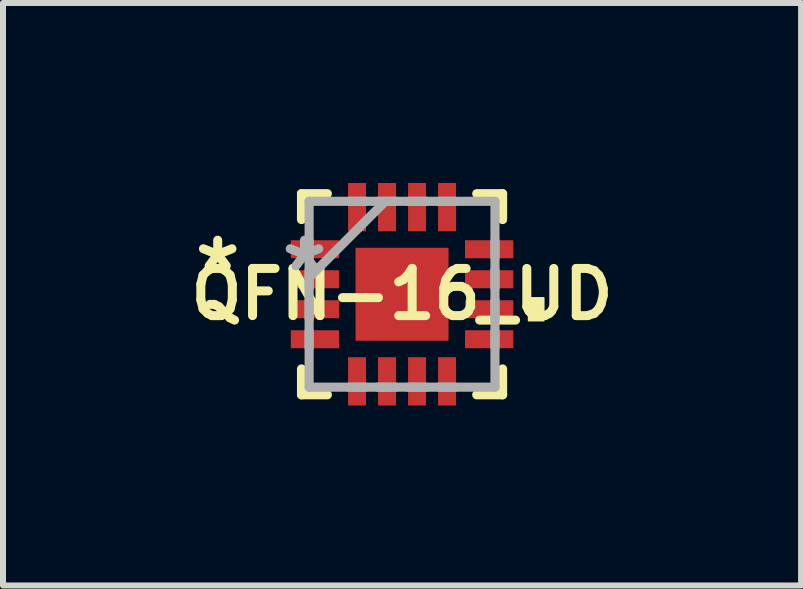
<source format=kicad_pcb>
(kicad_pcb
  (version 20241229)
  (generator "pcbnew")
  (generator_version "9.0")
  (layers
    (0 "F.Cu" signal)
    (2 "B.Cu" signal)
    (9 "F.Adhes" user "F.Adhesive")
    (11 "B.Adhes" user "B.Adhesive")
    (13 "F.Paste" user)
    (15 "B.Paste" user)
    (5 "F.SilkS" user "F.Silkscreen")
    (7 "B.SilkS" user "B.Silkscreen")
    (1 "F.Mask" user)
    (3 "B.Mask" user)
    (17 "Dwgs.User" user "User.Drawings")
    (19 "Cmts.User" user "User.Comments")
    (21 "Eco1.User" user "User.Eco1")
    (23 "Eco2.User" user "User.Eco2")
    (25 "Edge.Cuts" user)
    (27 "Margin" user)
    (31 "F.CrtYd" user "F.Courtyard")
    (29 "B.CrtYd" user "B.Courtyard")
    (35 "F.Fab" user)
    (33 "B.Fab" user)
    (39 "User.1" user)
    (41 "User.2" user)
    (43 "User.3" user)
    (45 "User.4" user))
  (footprint "QFN-16_UD"
    (layer "F.Cu")
    (at 3.652 1.855)
    (property "Reference" "QFN-16_UD" (at 0 0 0) (layer "F.SilkS") (effects (font (size 0.787 0.787) (thickness 0.15))))
    (attr smd)
    (fp_line (start -1.676 -1.676) (end -1.676 -1.245) (stroke (width 0.152) (type solid)) (layer "F.SilkS"))
    (fp_line (start -1.676 1.245) (end -1.676 1.676) (stroke (width 0.152) (type solid)) (layer "F.SilkS"))
    (fp_line (start -1.676 1.676) (end -1.245 1.676) (stroke (width 0.152) (type solid)) (layer "F.SilkS"))
    (fp_line (start -1.245 -1.676) (end -1.676 -1.676) (stroke (width 0.152) (type solid)) (layer "F.SilkS"))
    (fp_line (start 1.245 1.676) (end 1.676 1.676) (stroke (width 0.152) (type solid)) (layer "F.SilkS"))
    (fp_line (start 1.676 -1.676) (end 1.245 -1.676) (stroke (width 0.152) (type solid)) (layer "F.SilkS"))
    (fp_line (start 1.676 -1.245) (end 1.676 -1.676) (stroke (width 0.152) (type solid)) (layer "F.SilkS"))
    (fp_line (start 1.676 1.676) (end 1.676 1.245) (stroke (width 0.152) (type solid)) (layer "F.SilkS"))
    (fp_poly (pts (xy 2.363 0.059) (xy 2.363 0.441) (xy 2.109 0.441) (xy 2.109 0.059)) (stroke (width 0.025) (type solid)) (fill yes) (layer "F.SilkS"))
    (fp_poly (pts (xy -0.775 -0.775) (xy -0.775 0.775) (xy 0.775 0.775) (xy 0.775 -0.775)) (stroke (width 0.025) (type solid)) (fill yes) (layer "F.Paste"))
    (fp_line (start -1.549 -1.549) (end -1.549 1.549) (stroke (width 0.152) (type solid)) (layer "F.Fab"))
    (fp_line (start -1.549 -0.889) (end -1.549 -0.61) (stroke (width 0.152) (type solid)) (layer "F.Fab"))
    (fp_line (start -1.549 -0.406) (end -1.549 -0.102) (stroke (width 0.152) (type solid)) (layer "F.Fab"))
    (fp_line (start -1.549 -0.279) (end -0.279 -1.549) (stroke (width 0.152) (type solid)) (layer "F.Fab"))
    (fp_line (start -1.549 0.102) (end -1.549 0.406) (stroke (width 0.152) (type solid)) (layer "F.Fab"))
    (fp_line (start -1.549 0.61) (end -1.549 0.889) (stroke (width 0.152) (type solid)) (layer "F.Fab"))
    (fp_line (start -1.549 1.549) (end 1.549 1.549) (stroke (width 0.152) (type solid)) (layer "F.Fab"))
    (fp_line (start -0.889 1.549) (end -0.61 1.549) (stroke (width 0.152) (type solid)) (layer "F.Fab"))
    (fp_line (start -0.61 -1.549) (end -0.889 -1.549) (stroke (width 0.152) (type solid)) (layer "F.Fab"))
    (fp_line (start -0.406 1.549) (end -0.102 1.549) (stroke (width 0.152) (type solid)) (layer "F.Fab"))
    (fp_line (start -0.102 -1.549) (end -0.406 -1.549) (stroke (width 0.152) (type solid)) (layer "F.Fab"))
    (fp_line (start 0.102 1.549) (end 0.406 1.549) (stroke (width 0.152) (type solid)) (layer "F.Fab"))
    (fp_line (start 0.406 -1.549) (end 0.102 -1.549) (stroke (width 0.152) (type solid)) (layer "F.Fab"))
    (fp_line (start 0.61 1.549) (end 0.889 1.549) (stroke (width 0.152) (type solid)) (layer "F.Fab"))
    (fp_line (start 0.889 -1.549) (end 0.61 -1.549) (stroke (width 0.152) (type solid)) (layer "F.Fab"))
    (fp_line (start 1.549 -1.549) (end -1.549 -1.549) (stroke (width 0.152) (type solid)) (layer "F.Fab"))
    (fp_line (start 1.549 -0.61) (end 1.549 -0.889) (stroke (width 0.152) (type solid)) (layer "F.Fab"))
    (fp_line (start 1.549 -0.102) (end 1.549 -0.406) (stroke (width 0.152) (type solid)) (layer "F.Fab"))
    (fp_line (start 1.549 0.406) (end 1.549 0.102) (stroke (width 0.152) (type solid)) (layer "F.Fab"))
    (fp_line (start 1.549 0.889) (end 1.549 0.61) (stroke (width 0.152) (type solid)) (layer "F.Fab"))
    (fp_line (start 1.549 1.549) (end 1.549 -1.549) (stroke (width 0.152) (type solid)) (layer "F.Fab"))
    (fp_text user "*" (at -3.073 -0.356 0) (layer "F.SilkS") (effects (font (size 1 1) (thickness 0.15))))
    (fp_text user "*" (at -1.626 -0.356 0) (layer "F.Fab") (effects (font (size 1 1) (thickness 0.15))))
    (pad "1" smd rect (at -1.452 -0.75 270) (size 0.3 0.805) (layers "F.Cu" "F.Mask" "F.Paste"))
    (pad "2" smd rect (at -1.452 -0.25 270) (size 0.3 0.805) (layers "F.Cu" "F.Mask" "F.Paste"))
    (pad "3" smd rect (at -1.452 0.25 270) (size 0.3 0.805) (layers "F.Cu" "F.Mask" "F.Paste"))
    (pad "4" smd rect (at -1.452 0.75 270) (size 0.3 0.805) (layers "F.Cu" "F.Mask" "F.Paste"))
    (pad "5" smd rect (at -0.75 1.452 180) (size 0.3 0.805) (layers "F.Cu" "F.Mask" "F.Paste"))
    (pad "6" smd rect (at -0.25 1.452 180) (size 0.3 0.805) (layers "F.Cu" "F.Mask" "F.Paste"))
    (pad "7" smd rect (at 0.25 1.452 180) (size 0.3 0.805) (layers "F.Cu" "F.Mask" "F.Paste"))
    (pad "8" smd rect (at 0.75 1.452 180) (size 0.3 0.805) (layers "F.Cu" "F.Mask" "F.Paste"))
    (pad "9" smd rect (at 1.452 0.75 270) (size 0.3 0.805) (layers "F.Cu" "F.Mask" "F.Paste"))
    (pad "10" smd rect (at 1.452 0.25 270) (size 0.3 0.805) (layers "F.Cu" "F.Mask" "F.Paste"))
    (pad "11" smd rect (at 1.452 -0.25 270) (size 0.3 0.805) (layers "F.Cu" "F.Mask" "F.Paste"))
    (pad "12" smd rect (at 1.452 -0.75 270) (size 0.3 0.805) (layers "F.Cu" "F.Mask" "F.Paste"))
    (pad "13" smd rect (at 0.75 -1.452 180) (size 0.3 0.805) (layers "F.Cu" "F.Mask" "F.Paste"))
    (pad "14" smd rect (at 0.25 -1.452 180) (size 0.3 0.805) (layers "F.Cu" "F.Mask" "F.Paste"))
    (pad "15" smd rect (at -0.25 -1.452 180) (size 0.3 0.805) (layers "F.Cu" "F.Mask" "F.Paste"))
    (pad "16" smd rect (at -0.75 -1.452 180) (size 0.3 0.805) (layers "F.Cu" "F.Mask" "F.Paste"))
    (pad "17" smd rect (at 0 0) (size 1.55 1.55) (layers "F.Cu" "F.Mask")))
  (gr_rect
    (start -3 -3)
    (end 10.304 6.71)
    (stroke (width 0.1) (type default))
    (fill no)
    (layer "Edge.Cuts")))
</source>
